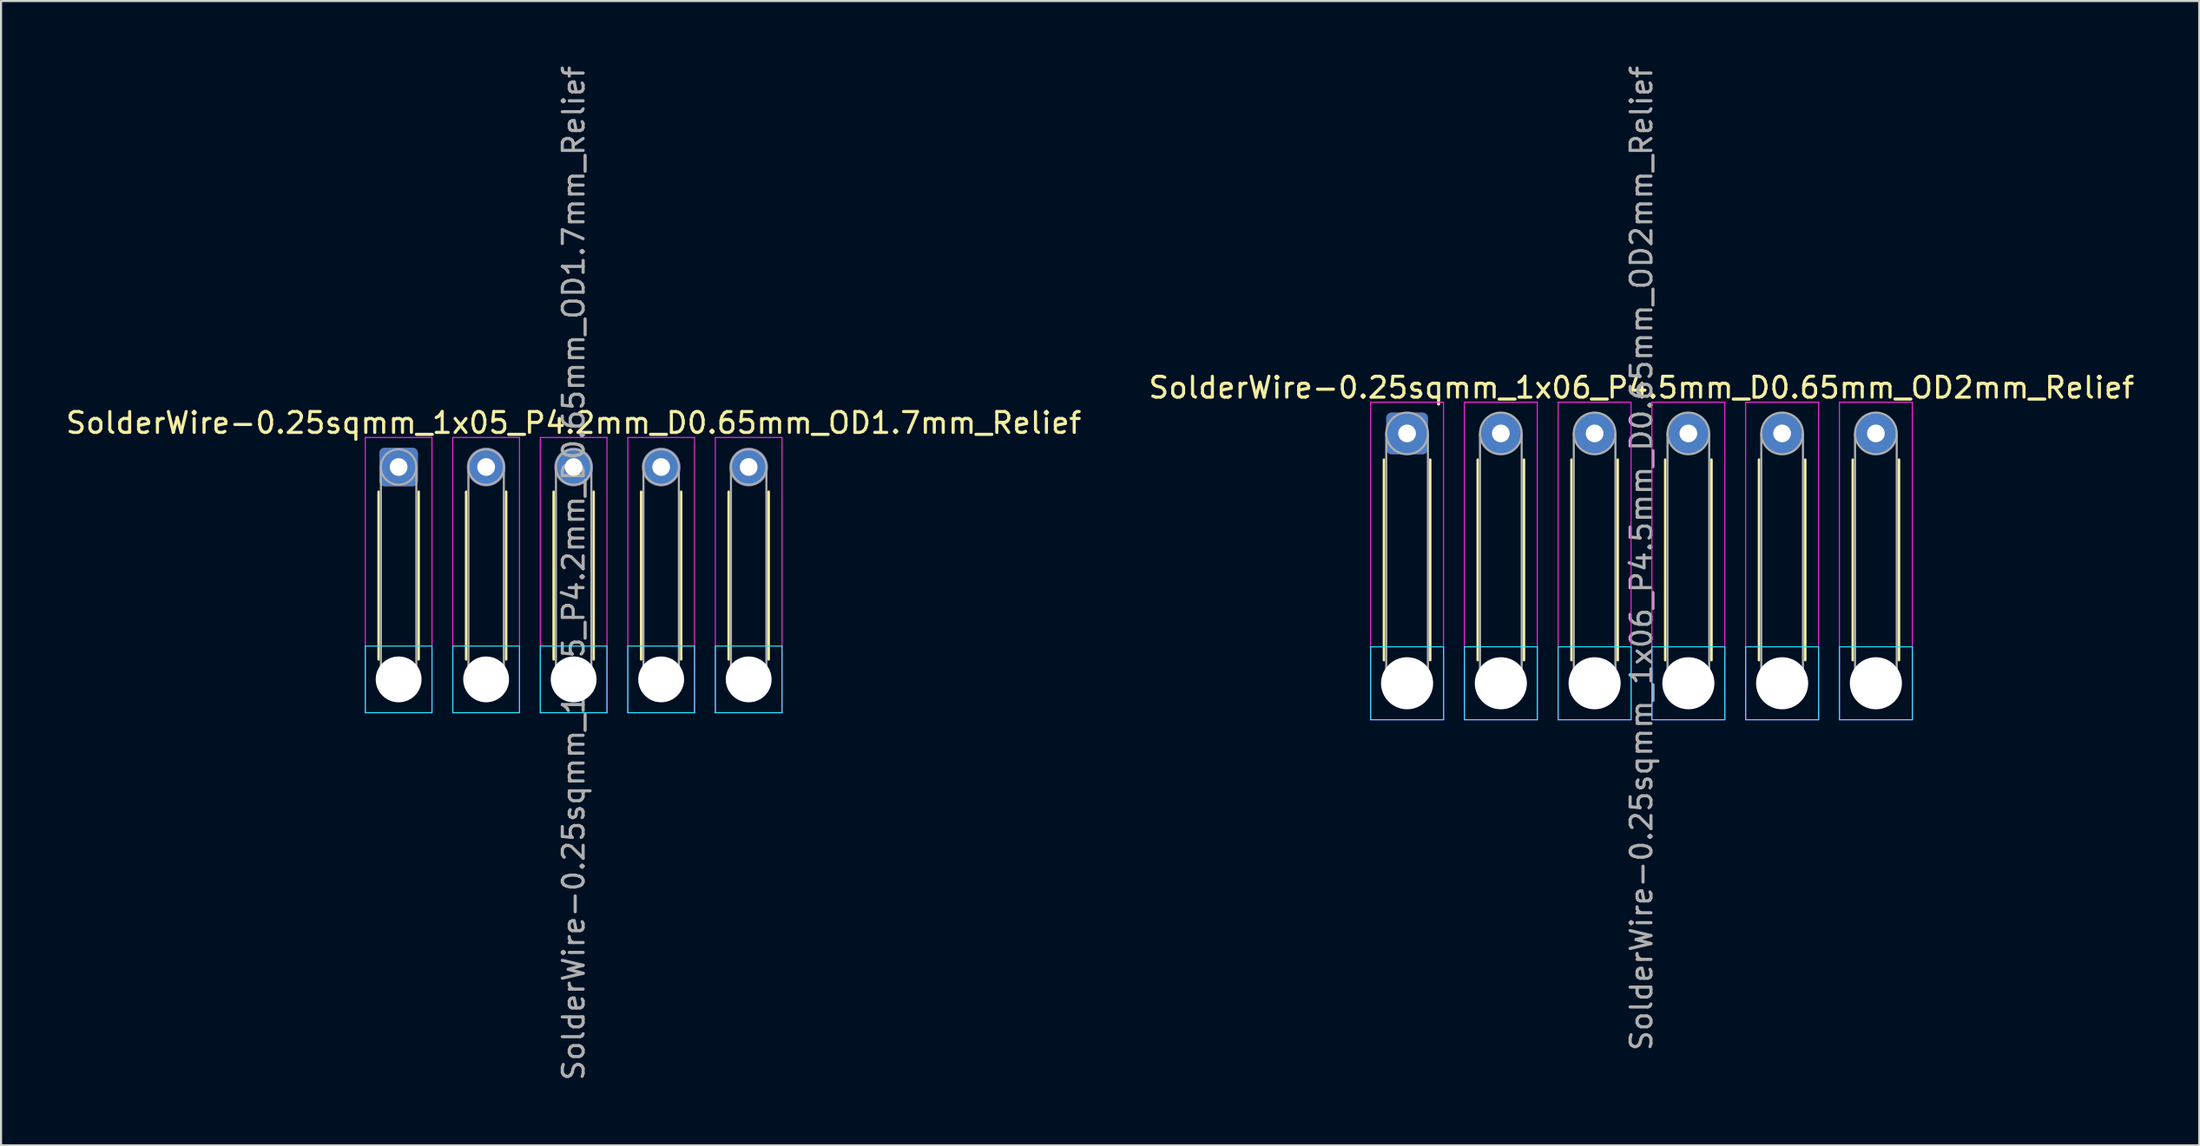
<source format=kicad_pcb>
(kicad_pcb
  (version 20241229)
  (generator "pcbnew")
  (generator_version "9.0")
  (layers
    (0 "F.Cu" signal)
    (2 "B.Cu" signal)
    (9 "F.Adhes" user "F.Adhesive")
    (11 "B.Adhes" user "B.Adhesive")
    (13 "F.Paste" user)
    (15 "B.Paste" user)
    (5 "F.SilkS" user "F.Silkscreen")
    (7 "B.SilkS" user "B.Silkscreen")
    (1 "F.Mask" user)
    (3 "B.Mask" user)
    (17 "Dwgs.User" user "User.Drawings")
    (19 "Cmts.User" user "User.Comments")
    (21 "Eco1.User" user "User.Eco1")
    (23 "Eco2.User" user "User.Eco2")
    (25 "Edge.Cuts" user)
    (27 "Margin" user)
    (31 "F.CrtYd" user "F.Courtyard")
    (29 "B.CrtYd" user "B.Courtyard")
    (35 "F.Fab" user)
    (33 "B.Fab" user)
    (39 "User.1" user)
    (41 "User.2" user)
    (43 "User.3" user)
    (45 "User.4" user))
  (footprint "SolderWire-0.25sqmm_1x06_P4.5mm_D0.65mm_OD2mm_Relief"
    (layer "F.Cu")
    (at 64.482 17.768)
    (property "Reference" "SolderWire-0.25sqmm_1x06_P4.5mm_D0.65mm_OD2mm_Relief" (at 11.25 -2.2 0) (layer "F.SilkS") (effects (font (size 1 1) (thickness 0.15))))
    (attr exclude_from_pos_files exclude_from_bom)
    (fp_line (start -1.11 1.26) (end -1.11 10.89) (stroke (width 0.12) (type solid)) (layer "F.SilkS"))
    (fp_line (start 1.11 1.26) (end 1.11 10.89) (stroke (width 0.12) (type solid)) (layer "F.SilkS"))
    (fp_line (start 3.39 1.26) (end 3.39 10.89) (stroke (width 0.12) (type solid)) (layer "F.SilkS"))
    (fp_line (start 5.61 1.26) (end 5.61 10.89) (stroke (width 0.12) (type solid)) (layer "F.SilkS"))
    (fp_line (start 7.89 1.26) (end 7.89 10.89) (stroke (width 0.12) (type solid)) (layer "F.SilkS"))
    (fp_line (start 10.11 1.26) (end 10.11 10.89) (stroke (width 0.12) (type solid)) (layer "F.SilkS"))
    (fp_line (start 12.39 1.26) (end 12.39 10.89) (stroke (width 0.12) (type solid)) (layer "F.SilkS"))
    (fp_line (start 14.61 1.26) (end 14.61 10.89) (stroke (width 0.12) (type solid)) (layer "F.SilkS"))
    (fp_line (start 16.89 1.26) (end 16.89 10.89) (stroke (width 0.12) (type solid)) (layer "F.SilkS"))
    (fp_line (start 19.11 1.26) (end 19.11 10.89) (stroke (width 0.12) (type solid)) (layer "F.SilkS"))
    (fp_line (start 21.39 1.26) (end 21.39 10.89) (stroke (width 0.12) (type solid)) (layer "F.SilkS"))
    (fp_line (start 23.61 1.26) (end 23.61 10.89) (stroke (width 0.12) (type solid)) (layer "F.SilkS"))
    (fp_line (start -1.75 10.25) (end -1.75 13.75) (stroke (width 0.05) (type solid)) (layer "B.CrtYd"))
    (fp_line (start -1.75 13.75) (end 1.75 13.75) (stroke (width 0.05) (type solid)) (layer "B.CrtYd"))
    (fp_line (start 1.75 10.25) (end -1.75 10.25) (stroke (width 0.05) (type solid)) (layer "B.CrtYd"))
    (fp_line (start 1.75 13.75) (end 1.75 10.25) (stroke (width 0.05) (type solid)) (layer "B.CrtYd"))
    (fp_line (start 2.75 10.25) (end 2.75 13.75) (stroke (width 0.05) (type solid)) (layer "B.CrtYd"))
    (fp_line (start 2.75 13.75) (end 6.25 13.75) (stroke (width 0.05) (type solid)) (layer "B.CrtYd"))
    (fp_line (start 6.25 10.25) (end 2.75 10.25) (stroke (width 0.05) (type solid)) (layer "B.CrtYd"))
    (fp_line (start 6.25 13.75) (end 6.25 10.25) (stroke (width 0.05) (type solid)) (layer "B.CrtYd"))
    (fp_line (start 7.25 10.25) (end 7.25 13.75) (stroke (width 0.05) (type solid)) (layer "B.CrtYd"))
    (fp_line (start 7.25 13.75) (end 10.75 13.75) (stroke (width 0.05) (type solid)) (layer "B.CrtYd"))
    (fp_line (start 10.75 10.25) (end 7.25 10.25) (stroke (width 0.05) (type solid)) (layer "B.CrtYd"))
    (fp_line (start 10.75 13.75) (end 10.75 10.25) (stroke (width 0.05) (type solid)) (layer "B.CrtYd"))
    (fp_line (start 11.75 10.25) (end 11.75 13.75) (stroke (width 0.05) (type solid)) (layer "B.CrtYd"))
    (fp_line (start 11.75 13.75) (end 15.25 13.75) (stroke (width 0.05) (type solid)) (layer "B.CrtYd"))
    (fp_line (start 15.25 10.25) (end 11.75 10.25) (stroke (width 0.05) (type solid)) (layer "B.CrtYd"))
    (fp_line (start 15.25 13.75) (end 15.25 10.25) (stroke (width 0.05) (type solid)) (layer "B.CrtYd"))
    (fp_line (start 16.25 10.25) (end 16.25 13.75) (stroke (width 0.05) (type solid)) (layer "B.CrtYd"))
    (fp_line (start 16.25 13.75) (end 19.75 13.75) (stroke (width 0.05) (type solid)) (layer "B.CrtYd"))
    (fp_line (start 19.75 10.25) (end 16.25 10.25) (stroke (width 0.05) (type solid)) (layer "B.CrtYd"))
    (fp_line (start 19.75 13.75) (end 19.75 10.25) (stroke (width 0.05) (type solid)) (layer "B.CrtYd"))
    (fp_line (start 20.75 10.25) (end 20.75 13.75) (stroke (width 0.05) (type solid)) (layer "B.CrtYd"))
    (fp_line (start 20.75 13.75) (end 24.25 13.75) (stroke (width 0.05) (type solid)) (layer "B.CrtYd"))
    (fp_line (start 24.25 10.25) (end 20.75 10.25) (stroke (width 0.05) (type solid)) (layer "B.CrtYd"))
    (fp_line (start 24.25 13.75) (end 24.25 10.25) (stroke (width 0.05) (type solid)) (layer "B.CrtYd"))
    (fp_line (start -1.75 -1.5) (end -1.75 13.75) (stroke (width 0.05) (type solid)) (layer "F.CrtYd"))
    (fp_line (start -1.75 13.75) (end 1.75 13.75) (stroke (width 0.05) (type solid)) (layer "F.CrtYd"))
    (fp_line (start 1.75 -1.5) (end -1.75 -1.5) (stroke (width 0.05) (type solid)) (layer "F.CrtYd"))
    (fp_line (start 1.75 13.75) (end 1.75 -1.5) (stroke (width 0.05) (type solid)) (layer "F.CrtYd"))
    (fp_line (start 2.75 -1.5) (end 2.75 13.75) (stroke (width 0.05) (type solid)) (layer "F.CrtYd"))
    (fp_line (start 2.75 13.75) (end 6.25 13.75) (stroke (width 0.05) (type solid)) (layer "F.CrtYd"))
    (fp_line (start 6.25 -1.5) (end 2.75 -1.5) (stroke (width 0.05) (type solid)) (layer "F.CrtYd"))
    (fp_line (start 6.25 13.75) (end 6.25 -1.5) (stroke (width 0.05) (type solid)) (layer "F.CrtYd"))
    (fp_line (start 7.25 -1.5) (end 7.25 13.75) (stroke (width 0.05) (type solid)) (layer "F.CrtYd"))
    (fp_line (start 7.25 13.75) (end 10.75 13.75) (stroke (width 0.05) (type solid)) (layer "F.CrtYd"))
    (fp_line (start 10.75 -1.5) (end 7.25 -1.5) (stroke (width 0.05) (type solid)) (layer "F.CrtYd"))
    (fp_line (start 10.75 13.75) (end 10.75 -1.5) (stroke (width 0.05) (type solid)) (layer "F.CrtYd"))
    (fp_line (start 11.75 -1.5) (end 11.75 13.75) (stroke (width 0.05) (type solid)) (layer "F.CrtYd"))
    (fp_line (start 11.75 13.75) (end 15.25 13.75) (stroke (width 0.05) (type solid)) (layer "F.CrtYd"))
    (fp_line (start 15.25 -1.5) (end 11.75 -1.5) (stroke (width 0.05) (type solid)) (layer "F.CrtYd"))
    (fp_line (start 15.25 13.75) (end 15.25 -1.5) (stroke (width 0.05) (type solid)) (layer "F.CrtYd"))
    (fp_line (start 16.25 -1.5) (end 16.25 13.75) (stroke (width 0.05) (type solid)) (layer "F.CrtYd"))
    (fp_line (start 16.25 13.75) (end 19.75 13.75) (stroke (width 0.05) (type solid)) (layer "F.CrtYd"))
    (fp_line (start 19.75 -1.5) (end 16.25 -1.5) (stroke (width 0.05) (type solid)) (layer "F.CrtYd"))
    (fp_line (start 19.75 13.75) (end 19.75 -1.5) (stroke (width 0.05) (type solid)) (layer "F.CrtYd"))
    (fp_line (start 20.75 -1.5) (end 20.75 13.75) (stroke (width 0.05) (type solid)) (layer "F.CrtYd"))
    (fp_line (start 20.75 13.75) (end 24.25 13.75) (stroke (width 0.05) (type solid)) (layer "F.CrtYd"))
    (fp_line (start 24.25 -1.5) (end 20.75 -1.5) (stroke (width 0.05) (type solid)) (layer "F.CrtYd"))
    (fp_line (start 24.25 13.75) (end 24.25 -1.5) (stroke (width 0.05) (type solid)) (layer "F.CrtYd"))
    (fp_line (start -1 0) (end -1 12) (stroke (width 0.1) (type solid)) (layer "F.Fab"))
    (fp_line (start 1 0) (end 1 12) (stroke (width 0.1) (type solid)) (layer "F.Fab"))
    (fp_line (start 3.5 0) (end 3.5 12) (stroke (width 0.1) (type solid)) (layer "F.Fab"))
    (fp_line (start 5.5 0) (end 5.5 12) (stroke (width 0.1) (type solid)) (layer "F.Fab"))
    (fp_line (start 8 0) (end 8 12) (stroke (width 0.1) (type solid)) (layer "F.Fab"))
    (fp_line (start 10 0) (end 10 12) (stroke (width 0.1) (type solid)) (layer "F.Fab"))
    (fp_line (start 12.5 0) (end 12.5 12) (stroke (width 0.1) (type solid)) (layer "F.Fab"))
    (fp_line (start 14.5 0) (end 14.5 12) (stroke (width 0.1) (type solid)) (layer "F.Fab"))
    (fp_line (start 17 0) (end 17 12) (stroke (width 0.1) (type solid)) (layer "F.Fab"))
    (fp_line (start 19 0) (end 19 12) (stroke (width 0.1) (type solid)) (layer "F.Fab"))
    (fp_line (start 21.5 0) (end 21.5 12) (stroke (width 0.1) (type solid)) (layer "F.Fab"))
    (fp_line (start 23.5 0) (end 23.5 12) (stroke (width 0.1) (type solid)) (layer "F.Fab"))
    (fp_circle (center 0 0) (end 1 0) (stroke (width 0.1) (type solid)) (fill no) (layer "F.Fab"))
    (fp_circle (center 0 12) (end 1 12) (stroke (width 0.1) (type solid)) (fill no) (layer "F.Fab"))
    (fp_circle (center 4.5 0) (end 5.5 0) (stroke (width 0.1) (type solid)) (fill no) (layer "F.Fab"))
    (fp_circle (center 4.5 12) (end 5.5 12) (stroke (width 0.1) (type solid)) (fill no) (layer "F.Fab"))
    (fp_circle (center 9 0) (end 10 0) (stroke (width 0.1) (type solid)) (fill no) (layer "F.Fab"))
    (fp_circle (center 9 12) (end 10 12) (stroke (width 0.1) (type solid)) (fill no) (layer "F.Fab"))
    (fp_circle (center 13.5 0) (end 14.5 0) (stroke (width 0.1) (type solid)) (fill no) (layer "F.Fab"))
    (fp_circle (center 13.5 12) (end 14.5 12) (stroke (width 0.1) (type solid)) (fill no) (layer "F.Fab"))
    (fp_circle (center 18 0) (end 19 0) (stroke (width 0.1) (type solid)) (fill no) (layer "F.Fab"))
    (fp_circle (center 18 12) (end 19 12) (stroke (width 0.1) (type solid)) (fill no) (layer "F.Fab"))
    (fp_circle (center 22.5 0) (end 23.5 0) (stroke (width 0.1) (type solid)) (fill no) (layer "F.Fab"))
    (fp_circle (center 22.5 12) (end 23.5 12) (stroke (width 0.1) (type solid)) (fill no) (layer "F.Fab"))
    (fp_text user "${REFERENCE}" (at 11.25 6 90) (layer "F.Fab") (effects (font (size 1 1) (thickness 0.15))))
    (pad "" np_thru_hole circle (at 0 12) (size 2.5 2.5) (drill 2.5) (layers "*.Cu" "*.Mask"))
    (pad "" np_thru_hole circle (at 4.5 12) (size 2.5 2.5) (drill 2.5) (layers "*.Cu" "*.Mask"))
    (pad "" np_thru_hole circle (at 9 12) (size 2.5 2.5) (drill 2.5) (layers "*.Cu" "*.Mask"))
    (pad "" np_thru_hole circle (at 13.5 12) (size 2.5 2.5) (drill 2.5) (layers "*.Cu" "*.Mask"))
    (pad "" np_thru_hole circle (at 18 12) (size 2.5 2.5) (drill 2.5) (layers "*.Cu" "*.Mask"))
    (pad "" np_thru_hole circle (at 22.5 12) (size 2.5 2.5) (drill 2.5) (layers "*.Cu" "*.Mask"))
    (pad "1" thru_hole roundrect (at 0 0) (size 2 2) (drill 0.85) (layers "*.Cu" "*.Mask") (roundrect_rratio 0.125))
    (pad "2" thru_hole circle (at 4.5 0) (size 2 2) (drill 0.85) (layers "*.Cu" "*.Mask"))
    (pad "3" thru_hole circle (at 9 0) (size 2 2) (drill 0.85) (layers "*.Cu" "*.Mask"))
    (pad "4" thru_hole circle (at 13.5 0) (size 2 2) (drill 0.85) (layers "*.Cu" "*.Mask"))
    (pad "5" thru_hole circle (at 18 0) (size 2 2) (drill 0.85) (layers "*.Cu" "*.Mask"))
    (pad "6" thru_hole circle (at 22.5 0) (size 2 2) (drill 0.85) (layers "*.Cu" "*.Mask")))
  (footprint "SolderWire-0.25sqmm_1x05_P4.2mm_D0.65mm_OD1.7mm_Relief"
    (layer "F.Cu")
    (at 16.082 19.382)
    (property "Reference" "SolderWire-0.25sqmm_1x05_P4.2mm_D0.65mm_OD1.7mm_Relief" (at 8.4 -2.12 0) (layer "F.SilkS") (effects (font (size 1 1) (thickness 0.15))))
    (attr exclude_from_pos_files exclude_from_bom)
    (fp_line (start -0.96 1.185) (end -0.96 9.24) (stroke (width 0.12) (type solid)) (layer "F.SilkS"))
    (fp_line (start 0.96 1.185) (end 0.96 9.24) (stroke (width 0.12) (type solid)) (layer "F.SilkS"))
    (fp_line (start 3.24 1.185) (end 3.24 9.24) (stroke (width 0.12) (type solid)) (layer "F.SilkS"))
    (fp_line (start 5.16 1.185) (end 5.16 9.24) (stroke (width 0.12) (type solid)) (layer "F.SilkS"))
    (fp_line (start 7.44 1.185) (end 7.44 9.24) (stroke (width 0.12) (type solid)) (layer "F.SilkS"))
    (fp_line (start 9.36 1.185) (end 9.36 9.24) (stroke (width 0.12) (type solid)) (layer "F.SilkS"))
    (fp_line (start 11.64 1.185) (end 11.64 9.24) (stroke (width 0.12) (type solid)) (layer "F.SilkS"))
    (fp_line (start 13.56 1.185) (end 13.56 9.24) (stroke (width 0.12) (type solid)) (layer "F.SilkS"))
    (fp_line (start 15.84 1.185) (end 15.84 9.24) (stroke (width 0.12) (type solid)) (layer "F.SilkS"))
    (fp_line (start 17.76 1.185) (end 17.76 9.24) (stroke (width 0.12) (type solid)) (layer "F.SilkS"))
    (fp_line (start -1.6 8.6) (end -1.6 11.8) (stroke (width 0.05) (type solid)) (layer "B.CrtYd"))
    (fp_line (start -1.6 11.8) (end 1.6 11.8) (stroke (width 0.05) (type solid)) (layer "B.CrtYd"))
    (fp_line (start 1.6 8.6) (end -1.6 8.6) (stroke (width 0.05) (type solid)) (layer "B.CrtYd"))
    (fp_line (start 1.6 11.8) (end 1.6 8.6) (stroke (width 0.05) (type solid)) (layer "B.CrtYd"))
    (fp_line (start 2.6 8.6) (end 2.6 11.8) (stroke (width 0.05) (type solid)) (layer "B.CrtYd"))
    (fp_line (start 2.6 11.8) (end 5.8 11.8) (stroke (width 0.05) (type solid)) (layer "B.CrtYd"))
    (fp_line (start 5.8 8.6) (end 2.6 8.6) (stroke (width 0.05) (type solid)) (layer "B.CrtYd"))
    (fp_line (start 5.8 11.8) (end 5.8 8.6) (stroke (width 0.05) (type solid)) (layer "B.CrtYd"))
    (fp_line (start 6.8 8.6) (end 6.8 11.8) (stroke (width 0.05) (type solid)) (layer "B.CrtYd"))
    (fp_line (start 6.8 11.8) (end 10 11.8) (stroke (width 0.05) (type solid)) (layer "B.CrtYd"))
    (fp_line (start 10 8.6) (end 6.8 8.6) (stroke (width 0.05) (type solid)) (layer "B.CrtYd"))
    (fp_line (start 10 11.8) (end 10 8.6) (stroke (width 0.05) (type solid)) (layer "B.CrtYd"))
    (fp_line (start 11 8.6) (end 11 11.8) (stroke (width 0.05) (type solid)) (layer "B.CrtYd"))
    (fp_line (start 11 11.8) (end 14.2 11.8) (stroke (width 0.05) (type solid)) (layer "B.CrtYd"))
    (fp_line (start 14.2 8.6) (end 11 8.6) (stroke (width 0.05) (type solid)) (layer "B.CrtYd"))
    (fp_line (start 14.2 11.8) (end 14.2 8.6) (stroke (width 0.05) (type solid)) (layer "B.CrtYd"))
    (fp_line (start 15.2 8.6) (end 15.2 11.8) (stroke (width 0.05) (type solid)) (layer "B.CrtYd"))
    (fp_line (start 15.2 11.8) (end 18.4 11.8) (stroke (width 0.05) (type solid)) (layer "B.CrtYd"))
    (fp_line (start 18.4 8.6) (end 15.2 8.6) (stroke (width 0.05) (type solid)) (layer "B.CrtYd"))
    (fp_line (start 18.4 11.8) (end 18.4 8.6) (stroke (width 0.05) (type solid)) (layer "B.CrtYd"))
    (fp_line (start -1.6 -1.42) (end -1.6 11.8) (stroke (width 0.05) (type solid)) (layer "F.CrtYd"))
    (fp_line (start -1.6 11.8) (end 1.6 11.8) (stroke (width 0.05) (type solid)) (layer "F.CrtYd"))
    (fp_line (start 1.6 -1.42) (end -1.6 -1.42) (stroke (width 0.05) (type solid)) (layer "F.CrtYd"))
    (fp_line (start 1.6 11.8) (end 1.6 -1.42) (stroke (width 0.05) (type solid)) (layer "F.CrtYd"))
    (fp_line (start 2.6 -1.42) (end 2.6 11.8) (stroke (width 0.05) (type solid)) (layer "F.CrtYd"))
    (fp_line (start 2.6 11.8) (end 5.8 11.8) (stroke (width 0.05) (type solid)) (layer "F.CrtYd"))
    (fp_line (start 5.8 -1.42) (end 2.6 -1.42) (stroke (width 0.05) (type solid)) (layer "F.CrtYd"))
    (fp_line (start 5.8 11.8) (end 5.8 -1.42) (stroke (width 0.05) (type solid)) (layer "F.CrtYd"))
    (fp_line (start 6.8 -1.42) (end 6.8 11.8) (stroke (width 0.05) (type solid)) (layer "F.CrtYd"))
    (fp_line (start 6.8 11.8) (end 10 11.8) (stroke (width 0.05) (type solid)) (layer "F.CrtYd"))
    (fp_line (start 10 -1.42) (end 6.8 -1.42) (stroke (width 0.05) (type solid)) (layer "F.CrtYd"))
    (fp_line (start 10 11.8) (end 10 -1.42) (stroke (width 0.05) (type solid)) (layer "F.CrtYd"))
    (fp_line (start 11 -1.42) (end 11 11.8) (stroke (width 0.05) (type solid)) (layer "F.CrtYd"))
    (fp_line (start 11 11.8) (end 14.2 11.8) (stroke (width 0.05) (type solid)) (layer "F.CrtYd"))
    (fp_line (start 14.2 -1.42) (end 11 -1.42) (stroke (width 0.05) (type solid)) (layer "F.CrtYd"))
    (fp_line (start 14.2 11.8) (end 14.2 -1.42) (stroke (width 0.05) (type solid)) (layer "F.CrtYd"))
    (fp_line (start 15.2 -1.42) (end 15.2 11.8) (stroke (width 0.05) (type solid)) (layer "F.CrtYd"))
    (fp_line (start 15.2 11.8) (end 18.4 11.8) (stroke (width 0.05) (type solid)) (layer "F.CrtYd"))
    (fp_line (start 18.4 -1.42) (end 15.2 -1.42) (stroke (width 0.05) (type solid)) (layer "F.CrtYd"))
    (fp_line (start 18.4 11.8) (end 18.4 -1.42) (stroke (width 0.05) (type solid)) (layer "F.CrtYd"))
    (fp_line (start -0.85 0) (end -0.85 10.2) (stroke (width 0.1) (type solid)) (layer "F.Fab"))
    (fp_line (start 0.85 0) (end 0.85 10.2) (stroke (width 0.1) (type solid)) (layer "F.Fab"))
    (fp_line (start 3.35 0) (end 3.35 10.2) (stroke (width 0.1) (type solid)) (layer "F.Fab"))
    (fp_line (start 5.05 0) (end 5.05 10.2) (stroke (width 0.1) (type solid)) (layer "F.Fab"))
    (fp_line (start 7.55 0) (end 7.55 10.2) (stroke (width 0.1) (type solid)) (layer "F.Fab"))
    (fp_line (start 9.25 0) (end 9.25 10.2) (stroke (width 0.1) (type solid)) (layer "F.Fab"))
    (fp_line (start 11.75 0) (end 11.75 10.2) (stroke (width 0.1) (type solid)) (layer "F.Fab"))
    (fp_line (start 13.45 0) (end 13.45 10.2) (stroke (width 0.1) (type solid)) (layer "F.Fab"))
    (fp_line (start 15.95 0) (end 15.95 10.2) (stroke (width 0.1) (type solid)) (layer "F.Fab"))
    (fp_line (start 17.65 0) (end 17.65 10.2) (stroke (width 0.1) (type solid)) (layer "F.Fab"))
    (fp_circle (center 0 0) (end 0.85 0) (stroke (width 0.1) (type solid)) (fill no) (layer "F.Fab"))
    (fp_circle (center 0 10.2) (end 0.85 10.2) (stroke (width 0.1) (type solid)) (fill no) (layer "F.Fab"))
    (fp_circle (center 4.2 0) (end 5.05 0) (stroke (width 0.1) (type solid)) (fill no) (layer "F.Fab"))
    (fp_circle (center 4.2 10.2) (end 5.05 10.2) (stroke (width 0.1) (type solid)) (fill no) (layer "F.Fab"))
    (fp_circle (center 8.4 0) (end 9.25 0) (stroke (width 0.1) (type solid)) (fill no) (layer "F.Fab"))
    (fp_circle (center 8.4 10.2) (end 9.25 10.2) (stroke (width 0.1) (type solid)) (fill no) (layer "F.Fab"))
    (fp_circle (center 12.6 0) (end 13.45 0) (stroke (width 0.1) (type solid)) (fill no) (layer "F.Fab"))
    (fp_circle (center 12.6 10.2) (end 13.45 10.2) (stroke (width 0.1) (type solid)) (fill no) (layer "F.Fab"))
    (fp_circle (center 16.8 0) (end 17.65 0) (stroke (width 0.1) (type solid)) (fill no) (layer "F.Fab"))
    (fp_circle (center 16.8 10.2) (end 17.65 10.2) (stroke (width 0.1) (type solid)) (fill no) (layer "F.Fab"))
    (fp_text user "${REFERENCE}" (at 8.4 5.1 90) (layer "F.Fab") (effects (font (size 1 1) (thickness 0.15))))
    (pad "" np_thru_hole circle (at 0 10.2) (size 2.2 2.2) (drill 2.2) (layers "*.Cu" "*.Mask"))
    (pad "" np_thru_hole circle (at 4.2 10.2) (size 2.2 2.2) (drill 2.2) (layers "*.Cu" "*.Mask"))
    (pad "" np_thru_hole circle (at 8.4 10.2) (size 2.2 2.2) (drill 2.2) (layers "*.Cu" "*.Mask"))
    (pad "" np_thru_hole circle (at 12.6 10.2) (size 2.2 2.2) (drill 2.2) (layers "*.Cu" "*.Mask"))
    (pad "" np_thru_hole circle (at 16.8 10.2) (size 2.2 2.2) (drill 2.2) (layers "*.Cu" "*.Mask"))
    (pad "1" thru_hole roundrect (at 0 0) (size 1.85 1.85) (drill 0.85) (layers "*.Cu" "*.Mask") (roundrect_rratio 0.135))
    (pad "2" thru_hole circle (at 4.2 0) (size 1.85 1.85) (drill 0.85) (layers "*.Cu" "*.Mask"))
    (pad "3" thru_hole circle (at 8.4 0) (size 1.85 1.85) (drill 0.85) (layers "*.Cu" "*.Mask"))
    (pad "4" thru_hole circle (at 12.6 0) (size 1.85 1.85) (drill 0.85) (layers "*.Cu" "*.Mask"))
    (pad "5" thru_hole circle (at 16.8 0) (size 1.85 1.85) (drill 0.85) (layers "*.Cu" "*.Mask")))
  (gr_rect
    (start -3 -3)
    (end 102.5 51.964)
    (stroke (width 0.1) (type default))
    (fill no)
    (layer "Edge.Cuts")))
</source>
